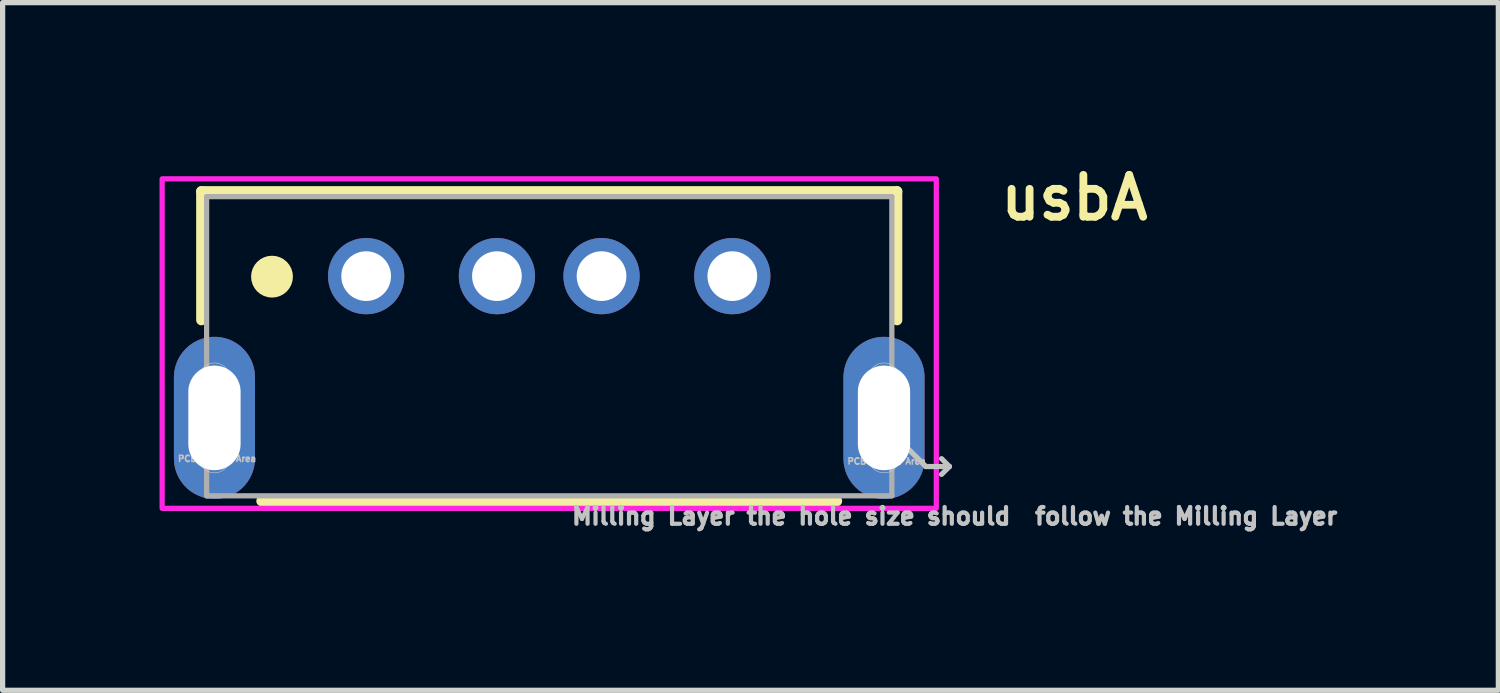
<source format=kicad_pcb>
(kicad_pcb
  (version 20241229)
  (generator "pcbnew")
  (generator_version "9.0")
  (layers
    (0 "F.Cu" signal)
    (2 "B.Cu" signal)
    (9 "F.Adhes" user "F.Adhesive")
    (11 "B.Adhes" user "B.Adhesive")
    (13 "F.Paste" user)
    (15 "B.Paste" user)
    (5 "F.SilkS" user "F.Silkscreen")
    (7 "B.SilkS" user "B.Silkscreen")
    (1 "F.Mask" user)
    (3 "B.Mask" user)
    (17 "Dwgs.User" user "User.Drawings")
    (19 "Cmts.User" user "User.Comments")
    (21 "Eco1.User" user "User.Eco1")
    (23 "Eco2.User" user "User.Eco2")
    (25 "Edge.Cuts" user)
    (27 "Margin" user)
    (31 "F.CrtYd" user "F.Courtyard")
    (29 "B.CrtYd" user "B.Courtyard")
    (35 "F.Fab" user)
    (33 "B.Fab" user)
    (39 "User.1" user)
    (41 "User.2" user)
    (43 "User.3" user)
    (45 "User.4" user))
  (footprint "usbA"
    (layer "F.Cu")
    (at 7.45 3.569)
    (property "Reference" "usbA" (at 10.04 -2.838 0) (layer "F.SilkS") (effects (font (size 0.8 0.8) (thickness 0.15))))
    (attr through_hole)
    (fp_line (start -6.65 -2.96) (end -6.65 -0.5) (stroke (width 0.2) (type solid)) (layer "F.SilkS"))
    (fp_line (start -6.65 -2.96) (end 6.65 -2.96) (stroke (width 0.2) (type solid)) (layer "F.SilkS"))
    (fp_line (start -5.5 2.96) (end 5.5 2.96) (stroke (width 0.2) (type solid)) (layer "F.SilkS"))
    (fp_line (start 6.65 -2.96) (end 6.65 -0.5) (stroke (width 0.2) (type solid)) (layer "F.SilkS"))
    (fp_circle (center -5.3 -1.33) (end -5.1 -1.33) (stroke (width 0.4) (type solid)) (fill no) (layer "F.SilkS"))
    (fp_line (start 6.75 1.85) (end 7.2 2.3) (stroke (width 0.1) (type solid)) (layer "Dwgs.User"))
    (fp_line (start 7.2 2.3) (end 7.65 2.3) (stroke (width 0.1) (type solid)) (layer "Dwgs.User"))
    (fp_line (start 7.65 2.3) (end 7.5 2.15) (stroke (width 0.1) (type solid)) (layer "Dwgs.User"))
    (fp_line (start 7.65 2.3) (end 7.5 2.45) (stroke (width 0.1) (type solid)) (layer "Dwgs.User"))
    (fp_line (start -6.7 0.62) (end -6.7 2.12) (stroke (width 0.01) (type solid)) (layer "Edge.Cuts"))
    (fp_line (start -6.1 2.12) (end -6.1 0.62) (stroke (width 0.01) (type solid)) (layer "Edge.Cuts"))
    (fp_line (start 6.1 2.12) (end 6.1 0.62) (stroke (width 0.01) (type solid)) (layer "Edge.Cuts"))
    (fp_line (start 6.7 0.62) (end 6.7 2.12) (stroke (width 0.01) (type solid)) (layer "Edge.Cuts"))
    (fp_arc (start -6.7 0.62) (mid -6.4 0.31749) (end -6.1 0.62) (stroke (width 0.01) (type solid)) (layer "Edge.Cuts"))
    (fp_arc (start -6.1 2.12) (mid -6.4 2.42) (end -6.7 2.12) (stroke (width 0.01) (type solid)) (layer "Edge.Cuts"))
    (fp_arc (start 6.1 0.62) (mid 6.4 0.31749) (end 6.7 0.62) (stroke (width 0.01) (type solid)) (layer "Edge.Cuts"))
    (fp_arc (start 6.7 2.12) (mid 6.4 2.42) (end 6.1 2.12) (stroke (width 0.01) (type solid)) (layer "Edge.Cuts"))
    (fp_rect (start 7.4 3.1) (end -7.4 -3.2) (stroke (width 0.1) (type default)) (fill no) (layer "F.CrtYd"))
    (fp_line (start -6.55 -2.86) (end 6.55 -2.86) (stroke (width 0.1) (type solid)) (layer "F.Fab"))
    (fp_line (start -6.55 2.86) (end -6.55 -2.86) (stroke (width 0.1) (type solid)) (layer "F.Fab"))
    (fp_line (start 6.55 -2.86) (end 6.55 2.86) (stroke (width 0.1) (type solid)) (layer "F.Fab"))
    (fp_line (start 6.55 2.86) (end -6.55 2.86) (stroke (width 0.1) (type solid)) (layer "F.Fab"))
    (fp_text user "Milling Layer the hole size should  follow the Milling Layer" (at 7.75 3.25 0) (layer "Dwgs.User") (effects (font (size 0.32 0.32) (thickness 0.08))))
    (fp_text user "PCB Cutout Area" (at 6.45 2.2 0) (layer "Dwgs.User") (effects (font (size 0.118 0.118) (thickness 0.03))))
    (fp_text user "PCB Cutout Area" (at -6.35 2.15 0) (layer "Dwgs.User") (effects (font (size 0.118 0.118) (thickness 0.03))))
    (pad "1" thru_hole circle (at -3.5 -1.34) (size 1.458 1.458) (drill 0.95) (layers "*.Cu" "*.Mask"))
    (pad "2" thru_hole circle (at -1 -1.34) (size 1.458 1.458) (drill 0.95) (layers "*.Cu" "*.Mask"))
    (pad "3" thru_hole circle (at 1 -1.34) (size 1.458 1.458) (drill 0.95) (layers "*.Cu" "*.Mask"))
    (pad "4" thru_hole circle (at 3.5 -1.34) (size 1.458 1.458) (drill 0.95) (layers "*.Cu" "*.Mask"))
    (pad "S1" thru_hole oval (at -6.4 1.37) (size 1.55 3.1) (drill oval 1 2) (layers "*.Cu" "*.Mask"))
    (pad "S2" thru_hole oval (at 6.4 1.37) (size 1.55 3.1) (drill oval 1 2) (layers "*.Cu" "*.Mask")))
  (gr_rect
    (start -3 -3)
    (end 25.595 10.147)
    (stroke (width 0.1) (type default))
    (fill no)
    (layer "Edge.Cuts")))
</source>
